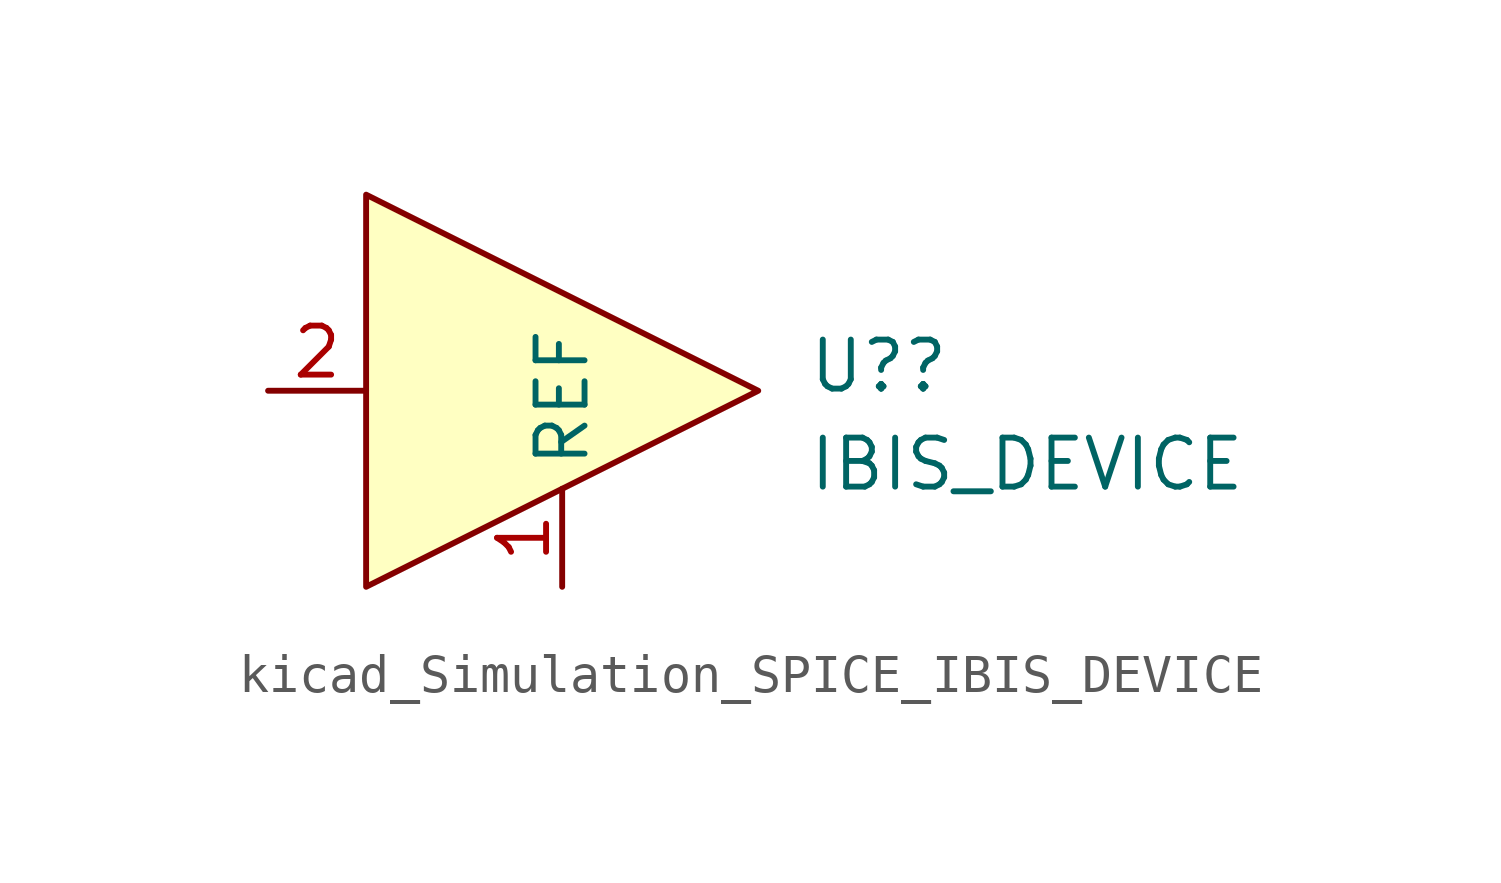
<source format=kicad_sym>
(kicad_symbol_lib
  (version 20220914)
  (generator kicad_symbol_editor)
  (symbol "kicad_Simulation_SPICE_IBIS_DEVICE"
    (property "Reference" "U?"
      (at 6.35 0.635 0)
      (effects (font (size 1.27 1.27)) (justify left)))
    (property "Value" "IBIS_DEVICE"
      (at 6.35 -1.905 0)
      (effects (font (size 1.27 1.27)) (justify left)))
    (symbol "kicad_Simulation_SPICE_IBIS_DEVICE_0_1"
      (polyline (pts (xy 5.08 0) (xy -5.08 5.08) (xy -5.08 -5.08) (xy 5.08 0)) (stroke (width 0) (type default)) (fill (type background))))
    (symbol "kicad_Simulation_SPICE_IBIS_DEVICE_1_1"
      (pin power_in line (at 0 -5.08 90) (length 2.54) (name "REF" (effects (font (size 1.27 1.27)))) (number "1" (effects (font (size 1.27 1.27)))))
      (pin input line (at -7.62 0 0) (length 2.54) (name "" (effects (font (size 1.27 1.27)))) (number "2" (effects (font (size 1.27 1.27))))))))
</source>
